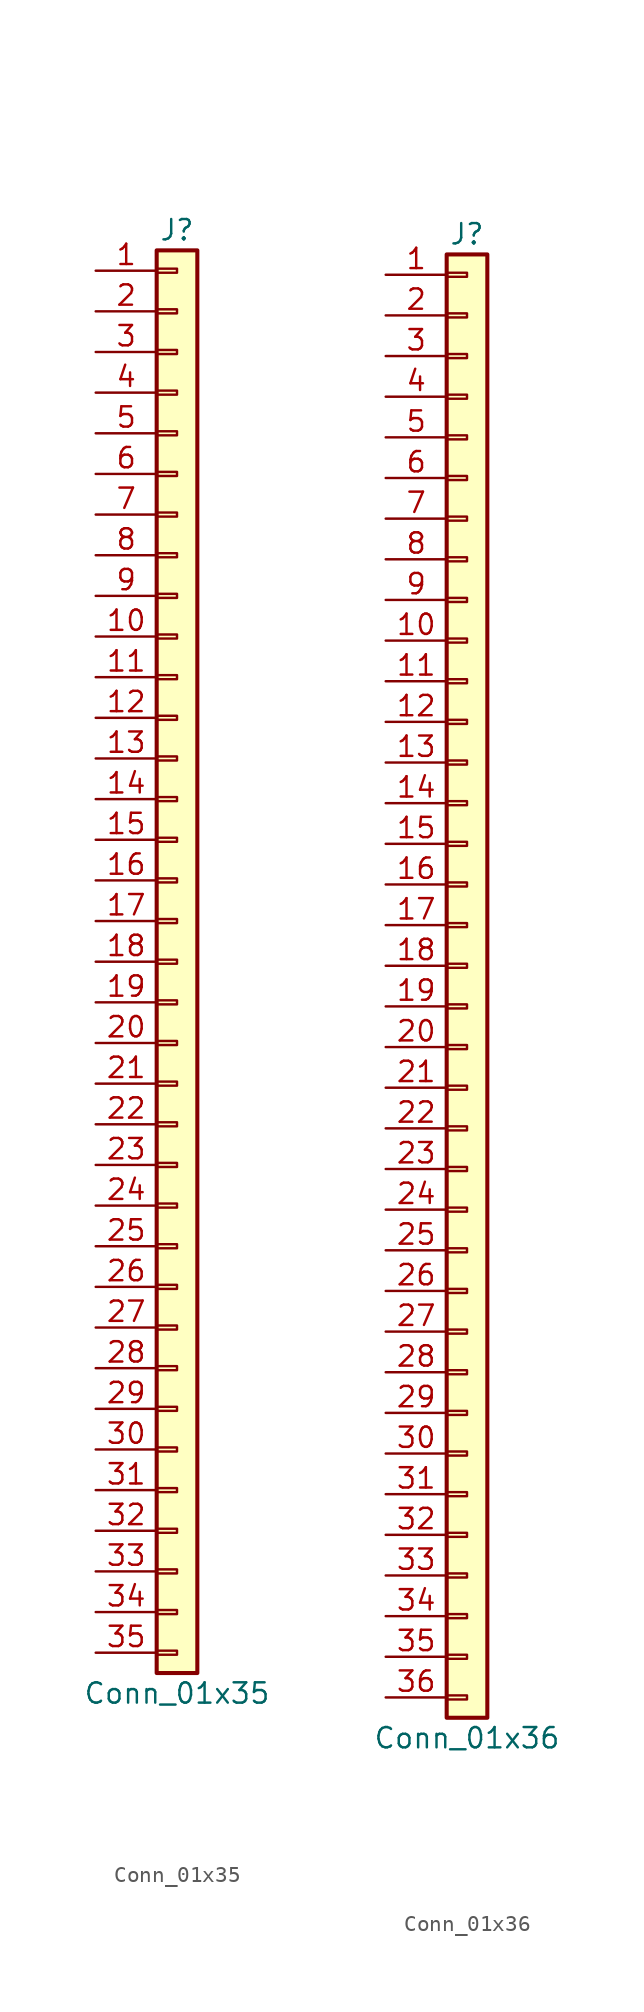
<source format=kicad_sym>
(kicad_symbol_lib
  (version 20201005)
  (generator kicad_symbol_editor)
  (symbol "Conn_01x35"
    (pin_names
      (offset 1.016) hide)
    (property "Reference" "J"
      (at 0 45.72 0)
      (effects (font (size 1.27 1.27))))
    (property "Value" "Conn_01x35"
      (at 0 -45.72 0)
      (effects (font (size 1.27 1.27))))
    (symbol "Conn_01x35_1_1"
      (rectangle (start -1.27 -43.053) (end 0 -43.307) (stroke (width 0.152)) (fill (type none)))
      (rectangle (start -1.27 -40.513) (end 0 -40.767) (stroke (width 0.152)) (fill (type none)))
      (rectangle (start -1.27 -37.973) (end 0 -38.227) (stroke (width 0.152)) (fill (type none)))
      (rectangle (start -1.27 -35.433) (end 0 -35.687) (stroke (width 0.152)) (fill (type none)))
      (rectangle (start -1.27 -32.893) (end 0 -33.147) (stroke (width 0.152)) (fill (type none)))
      (rectangle (start -1.27 -30.353) (end 0 -30.607) (stroke (width 0.152)) (fill (type none)))
      (rectangle (start -1.27 -27.813) (end 0 -28.067) (stroke (width 0.152)) (fill (type none)))
      (rectangle (start -1.27 -25.273) (end 0 -25.527) (stroke (width 0.152)) (fill (type none)))
      (rectangle (start -1.27 -22.733) (end 0 -22.987) (stroke (width 0.152)) (fill (type none)))
      (rectangle (start -1.27 -20.193) (end 0 -20.447) (stroke (width 0.152)) (fill (type none)))
      (rectangle (start -1.27 -17.653) (end 0 -17.907) (stroke (width 0.152)) (fill (type none)))
      (rectangle (start -1.27 -15.113) (end 0 -15.367) (stroke (width 0.152)) (fill (type none)))
      (rectangle (start -1.27 -12.573) (end 0 -12.827) (stroke (width 0.152)) (fill (type none)))
      (rectangle (start -1.27 -10.033) (end 0 -10.287) (stroke (width 0.152)) (fill (type none)))
      (rectangle (start -1.27 -7.493) (end 0 -7.747) (stroke (width 0.152)) (fill (type none)))
      (rectangle (start -1.27 -4.953) (end 0 -5.207) (stroke (width 0.152)) (fill (type none)))
      (rectangle (start -1.27 -2.413) (end 0 -2.667) (stroke (width 0.152)) (fill (type none)))
      (rectangle (start -1.27 0.127) (end 0 -0.127) (stroke (width 0.152)) (fill (type none)))
      (rectangle (start -1.27 2.667) (end 0 2.413) (stroke (width 0.152)) (fill (type none)))
      (rectangle (start -1.27 5.207) (end 0 4.953) (stroke (width 0.152)) (fill (type none)))
      (rectangle (start -1.27 7.747) (end 0 7.493) (stroke (width 0.152)) (fill (type none)))
      (rectangle (start -1.27 10.287) (end 0 10.033) (stroke (width 0.152)) (fill (type none)))
      (rectangle (start -1.27 12.827) (end 0 12.573) (stroke (width 0.152)) (fill (type none)))
      (rectangle (start -1.27 15.367) (end 0 15.113) (stroke (width 0.152)) (fill (type none)))
      (rectangle (start -1.27 17.907) (end 0 17.653) (stroke (width 0.152)) (fill (type none)))
      (rectangle (start -1.27 20.447) (end 0 20.193) (stroke (width 0.152)) (fill (type none)))
      (rectangle (start -1.27 22.987) (end 0 22.733) (stroke (width 0.152)) (fill (type none)))
      (rectangle (start -1.27 25.527) (end 0 25.273) (stroke (width 0.152)) (fill (type none)))
      (rectangle (start -1.27 28.067) (end 0 27.813) (stroke (width 0.152)) (fill (type none)))
      (rectangle (start -1.27 30.607) (end 0 30.353) (stroke (width 0.152)) (fill (type none)))
      (rectangle (start -1.27 33.147) (end 0 32.893) (stroke (width 0.152)) (fill (type none)))
      (rectangle (start -1.27 35.687) (end 0 35.433) (stroke (width 0.152)) (fill (type none)))
      (rectangle (start -1.27 38.227) (end 0 37.973) (stroke (width 0.152)) (fill (type none)))
      (rectangle (start -1.27 40.767) (end 0 40.513) (stroke (width 0.152)) (fill (type none)))
      (rectangle (start -1.27 43.307) (end 0 43.053) (stroke (width 0.152)) (fill (type none)))
      (rectangle (start -1.27 44.45) (end 1.27 -44.45) (stroke (width 0.254)) (fill (type background)))
      (pin passive line (at -5.08 43.18 0) (length 3.81) (name "Pin_1" (effects (font (size 1.27 1.27)))) (number "1" (effects (font (size 1.27 1.27)))))
      (pin passive line (at -5.08 20.32 0) (length 3.81) (name "Pin_10" (effects (font (size 1.27 1.27)))) (number "10" (effects (font (size 1.27 1.27)))))
      (pin passive line (at -5.08 17.78 0) (length 3.81) (name "Pin_11" (effects (font (size 1.27 1.27)))) (number "11" (effects (font (size 1.27 1.27)))))
      (pin passive line (at -5.08 15.24 0) (length 3.81) (name "Pin_12" (effects (font (size 1.27 1.27)))) (number "12" (effects (font (size 1.27 1.27)))))
      (pin passive line (at -5.08 12.7 0) (length 3.81) (name "Pin_13" (effects (font (size 1.27 1.27)))) (number "13" (effects (font (size 1.27 1.27)))))
      (pin passive line (at -5.08 10.16 0) (length 3.81) (name "Pin_14" (effects (font (size 1.27 1.27)))) (number "14" (effects (font (size 1.27 1.27)))))
      (pin passive line (at -5.08 7.62 0) (length 3.81) (name "Pin_15" (effects (font (size 1.27 1.27)))) (number "15" (effects (font (size 1.27 1.27)))))
      (pin passive line (at -5.08 5.08 0) (length 3.81) (name "Pin_16" (effects (font (size 1.27 1.27)))) (number "16" (effects (font (size 1.27 1.27)))))
      (pin passive line (at -5.08 2.54 0) (length 3.81) (name "Pin_17" (effects (font (size 1.27 1.27)))) (number "17" (effects (font (size 1.27 1.27)))))
      (pin passive line (at -5.08 0 0) (length 3.81) (name "Pin_18" (effects (font (size 1.27 1.27)))) (number "18" (effects (font (size 1.27 1.27)))))
      (pin passive line (at -5.08 -2.54 0) (length 3.81) (name "Pin_19" (effects (font (size 1.27 1.27)))) (number "19" (effects (font (size 1.27 1.27)))))
      (pin passive line (at -5.08 40.64 0) (length 3.81) (name "Pin_2" (effects (font (size 1.27 1.27)))) (number "2" (effects (font (size 1.27 1.27)))))
      (pin passive line (at -5.08 -5.08 0) (length 3.81) (name "Pin_20" (effects (font (size 1.27 1.27)))) (number "20" (effects (font (size 1.27 1.27)))))
      (pin passive line (at -5.08 -7.62 0) (length 3.81) (name "Pin_21" (effects (font (size 1.27 1.27)))) (number "21" (effects (font (size 1.27 1.27)))))
      (pin passive line (at -5.08 -10.16 0) (length 3.81) (name "Pin_22" (effects (font (size 1.27 1.27)))) (number "22" (effects (font (size 1.27 1.27)))))
      (pin passive line (at -5.08 -12.7 0) (length 3.81) (name "Pin_23" (effects (font (size 1.27 1.27)))) (number "23" (effects (font (size 1.27 1.27)))))
      (pin passive line (at -5.08 -15.24 0) (length 3.81) (name "Pin_24" (effects (font (size 1.27 1.27)))) (number "24" (effects (font (size 1.27 1.27)))))
      (pin passive line (at -5.08 -17.78 0) (length 3.81) (name "Pin_25" (effects (font (size 1.27 1.27)))) (number "25" (effects (font (size 1.27 1.27)))))
      (pin passive line (at -5.08 -20.32 0) (length 3.81) (name "Pin_26" (effects (font (size 1.27 1.27)))) (number "26" (effects (font (size 1.27 1.27)))))
      (pin passive line (at -5.08 -22.86 0) (length 3.81) (name "Pin_27" (effects (font (size 1.27 1.27)))) (number "27" (effects (font (size 1.27 1.27)))))
      (pin passive line (at -5.08 -25.4 0) (length 3.81) (name "Pin_28" (effects (font (size 1.27 1.27)))) (number "28" (effects (font (size 1.27 1.27)))))
      (pin passive line (at -5.08 -27.94 0) (length 3.81) (name "Pin_29" (effects (font (size 1.27 1.27)))) (number "29" (effects (font (size 1.27 1.27)))))
      (pin passive line (at -5.08 38.1 0) (length 3.81) (name "Pin_3" (effects (font (size 1.27 1.27)))) (number "3" (effects (font (size 1.27 1.27)))))
      (pin passive line (at -5.08 -30.48 0) (length 3.81) (name "Pin_30" (effects (font (size 1.27 1.27)))) (number "30" (effects (font (size 1.27 1.27)))))
      (pin passive line (at -5.08 -33.02 0) (length 3.81) (name "Pin_31" (effects (font (size 1.27 1.27)))) (number "31" (effects (font (size 1.27 1.27)))))
      (pin passive line (at -5.08 -35.56 0) (length 3.81) (name "Pin_32" (effects (font (size 1.27 1.27)))) (number "32" (effects (font (size 1.27 1.27)))))
      (pin passive line (at -5.08 -38.1 0) (length 3.81) (name "Pin_33" (effects (font (size 1.27 1.27)))) (number "33" (effects (font (size 1.27 1.27)))))
      (pin passive line (at -5.08 -40.64 0) (length 3.81) (name "Pin_34" (effects (font (size 1.27 1.27)))) (number "34" (effects (font (size 1.27 1.27)))))
      (pin passive line (at -5.08 -43.18 0) (length 3.81) (name "Pin_35" (effects (font (size 1.27 1.27)))) (number "35" (effects (font (size 1.27 1.27)))))
      (pin passive line (at -5.08 35.56 0) (length 3.81) (name "Pin_4" (effects (font (size 1.27 1.27)))) (number "4" (effects (font (size 1.27 1.27)))))
      (pin passive line (at -5.08 33.02 0) (length 3.81) (name "Pin_5" (effects (font (size 1.27 1.27)))) (number "5" (effects (font (size 1.27 1.27)))))
      (pin passive line (at -5.08 30.48 0) (length 3.81) (name "Pin_6" (effects (font (size 1.27 1.27)))) (number "6" (effects (font (size 1.27 1.27)))))
      (pin passive line (at -5.08 27.94 0) (length 3.81) (name "Pin_7" (effects (font (size 1.27 1.27)))) (number "7" (effects (font (size 1.27 1.27)))))
      (pin passive line (at -5.08 25.4 0) (length 3.81) (name "Pin_8" (effects (font (size 1.27 1.27)))) (number "8" (effects (font (size 1.27 1.27)))))
      (pin passive line (at -5.08 22.86 0) (length 3.81) (name "Pin_9" (effects (font (size 1.27 1.27)))) (number "9" (effects (font (size 1.27 1.27)))))))
  (symbol "Conn_01x36"
    (pin_names
      (offset 1.016) hide)
    (property "Reference" "J"
      (at 0 45.72 0)
      (effects (font (size 1.27 1.27))))
    (property "Value" "Conn_01x36"
      (at 0 -48.26 0)
      (effects (font (size 1.27 1.27))))
    (symbol "Conn_01x36_1_1"
      (rectangle (start -1.27 -45.593) (end 0 -45.847) (stroke (width 0.152)) (fill (type none)))
      (rectangle (start -1.27 -43.053) (end 0 -43.307) (stroke (width 0.152)) (fill (type none)))
      (rectangle (start -1.27 -40.513) (end 0 -40.767) (stroke (width 0.152)) (fill (type none)))
      (rectangle (start -1.27 -37.973) (end 0 -38.227) (stroke (width 0.152)) (fill (type none)))
      (rectangle (start -1.27 -35.433) (end 0 -35.687) (stroke (width 0.152)) (fill (type none)))
      (rectangle (start -1.27 -32.893) (end 0 -33.147) (stroke (width 0.152)) (fill (type none)))
      (rectangle (start -1.27 -30.353) (end 0 -30.607) (stroke (width 0.152)) (fill (type none)))
      (rectangle (start -1.27 -27.813) (end 0 -28.067) (stroke (width 0.152)) (fill (type none)))
      (rectangle (start -1.27 -25.273) (end 0 -25.527) (stroke (width 0.152)) (fill (type none)))
      (rectangle (start -1.27 -22.733) (end 0 -22.987) (stroke (width 0.152)) (fill (type none)))
      (rectangle (start -1.27 -20.193) (end 0 -20.447) (stroke (width 0.152)) (fill (type none)))
      (rectangle (start -1.27 -17.653) (end 0 -17.907) (stroke (width 0.152)) (fill (type none)))
      (rectangle (start -1.27 -15.113) (end 0 -15.367) (stroke (width 0.152)) (fill (type none)))
      (rectangle (start -1.27 -12.573) (end 0 -12.827) (stroke (width 0.152)) (fill (type none)))
      (rectangle (start -1.27 -10.033) (end 0 -10.287) (stroke (width 0.152)) (fill (type none)))
      (rectangle (start -1.27 -7.493) (end 0 -7.747) (stroke (width 0.152)) (fill (type none)))
      (rectangle (start -1.27 -4.953) (end 0 -5.207) (stroke (width 0.152)) (fill (type none)))
      (rectangle (start -1.27 -2.413) (end 0 -2.667) (stroke (width 0.152)) (fill (type none)))
      (rectangle (start -1.27 0.127) (end 0 -0.127) (stroke (width 0.152)) (fill (type none)))
      (rectangle (start -1.27 2.667) (end 0 2.413) (stroke (width 0.152)) (fill (type none)))
      (rectangle (start -1.27 5.207) (end 0 4.953) (stroke (width 0.152)) (fill (type none)))
      (rectangle (start -1.27 7.747) (end 0 7.493) (stroke (width 0.152)) (fill (type none)))
      (rectangle (start -1.27 10.287) (end 0 10.033) (stroke (width 0.152)) (fill (type none)))
      (rectangle (start -1.27 12.827) (end 0 12.573) (stroke (width 0.152)) (fill (type none)))
      (rectangle (start -1.27 15.367) (end 0 15.113) (stroke (width 0.152)) (fill (type none)))
      (rectangle (start -1.27 17.907) (end 0 17.653) (stroke (width 0.152)) (fill (type none)))
      (rectangle (start -1.27 20.447) (end 0 20.193) (stroke (width 0.152)) (fill (type none)))
      (rectangle (start -1.27 22.987) (end 0 22.733) (stroke (width 0.152)) (fill (type none)))
      (rectangle (start -1.27 25.527) (end 0 25.273) (stroke (width 0.152)) (fill (type none)))
      (rectangle (start -1.27 28.067) (end 0 27.813) (stroke (width 0.152)) (fill (type none)))
      (rectangle (start -1.27 30.607) (end 0 30.353) (stroke (width 0.152)) (fill (type none)))
      (rectangle (start -1.27 33.147) (end 0 32.893) (stroke (width 0.152)) (fill (type none)))
      (rectangle (start -1.27 35.687) (end 0 35.433) (stroke (width 0.152)) (fill (type none)))
      (rectangle (start -1.27 38.227) (end 0 37.973) (stroke (width 0.152)) (fill (type none)))
      (rectangle (start -1.27 40.767) (end 0 40.513) (stroke (width 0.152)) (fill (type none)))
      (rectangle (start -1.27 43.307) (end 0 43.053) (stroke (width 0.152)) (fill (type none)))
      (rectangle (start -1.27 44.45) (end 1.27 -46.99) (stroke (width 0.254)) (fill (type background)))
      (pin passive line (at -5.08 43.18 0) (length 3.81) (name "Pin_1" (effects (font (size 1.27 1.27)))) (number "1" (effects (font (size 1.27 1.27)))))
      (pin passive line (at -5.08 20.32 0) (length 3.81) (name "Pin_10" (effects (font (size 1.27 1.27)))) (number "10" (effects (font (size 1.27 1.27)))))
      (pin passive line (at -5.08 17.78 0) (length 3.81) (name "Pin_11" (effects (font (size 1.27 1.27)))) (number "11" (effects (font (size 1.27 1.27)))))
      (pin passive line (at -5.08 15.24 0) (length 3.81) (name "Pin_12" (effects (font (size 1.27 1.27)))) (number "12" (effects (font (size 1.27 1.27)))))
      (pin passive line (at -5.08 12.7 0) (length 3.81) (name "Pin_13" (effects (font (size 1.27 1.27)))) (number "13" (effects (font (size 1.27 1.27)))))
      (pin passive line (at -5.08 10.16 0) (length 3.81) (name "Pin_14" (effects (font (size 1.27 1.27)))) (number "14" (effects (font (size 1.27 1.27)))))
      (pin passive line (at -5.08 7.62 0) (length 3.81) (name "Pin_15" (effects (font (size 1.27 1.27)))) (number "15" (effects (font (size 1.27 1.27)))))
      (pin passive line (at -5.08 5.08 0) (length 3.81) (name "Pin_16" (effects (font (size 1.27 1.27)))) (number "16" (effects (font (size 1.27 1.27)))))
      (pin passive line (at -5.08 2.54 0) (length 3.81) (name "Pin_17" (effects (font (size 1.27 1.27)))) (number "17" (effects (font (size 1.27 1.27)))))
      (pin passive line (at -5.08 0 0) (length 3.81) (name "Pin_18" (effects (font (size 1.27 1.27)))) (number "18" (effects (font (size 1.27 1.27)))))
      (pin passive line (at -5.08 -2.54 0) (length 3.81) (name "Pin_19" (effects (font (size 1.27 1.27)))) (number "19" (effects (font (size 1.27 1.27)))))
      (pin passive line (at -5.08 40.64 0) (length 3.81) (name "Pin_2" (effects (font (size 1.27 1.27)))) (number "2" (effects (font (size 1.27 1.27)))))
      (pin passive line (at -5.08 -5.08 0) (length 3.81) (name "Pin_20" (effects (font (size 1.27 1.27)))) (number "20" (effects (font (size 1.27 1.27)))))
      (pin passive line (at -5.08 -7.62 0) (length 3.81) (name "Pin_21" (effects (font (size 1.27 1.27)))) (number "21" (effects (font (size 1.27 1.27)))))
      (pin passive line (at -5.08 -10.16 0) (length 3.81) (name "Pin_22" (effects (font (size 1.27 1.27)))) (number "22" (effects (font (size 1.27 1.27)))))
      (pin passive line (at -5.08 -12.7 0) (length 3.81) (name "Pin_23" (effects (font (size 1.27 1.27)))) (number "23" (effects (font (size 1.27 1.27)))))
      (pin passive line (at -5.08 -15.24 0) (length 3.81) (name "Pin_24" (effects (font (size 1.27 1.27)))) (number "24" (effects (font (size 1.27 1.27)))))
      (pin passive line (at -5.08 -17.78 0) (length 3.81) (name "Pin_25" (effects (font (size 1.27 1.27)))) (number "25" (effects (font (size 1.27 1.27)))))
      (pin passive line (at -5.08 -20.32 0) (length 3.81) (name "Pin_26" (effects (font (size 1.27 1.27)))) (number "26" (effects (font (size 1.27 1.27)))))
      (pin passive line (at -5.08 -22.86 0) (length 3.81) (name "Pin_27" (effects (font (size 1.27 1.27)))) (number "27" (effects (font (size 1.27 1.27)))))
      (pin passive line (at -5.08 -25.4 0) (length 3.81) (name "Pin_28" (effects (font (size 1.27 1.27)))) (number "28" (effects (font (size 1.27 1.27)))))
      (pin passive line (at -5.08 -27.94 0) (length 3.81) (name "Pin_29" (effects (font (size 1.27 1.27)))) (number "29" (effects (font (size 1.27 1.27)))))
      (pin passive line (at -5.08 38.1 0) (length 3.81) (name "Pin_3" (effects (font (size 1.27 1.27)))) (number "3" (effects (font (size 1.27 1.27)))))
      (pin passive line (at -5.08 -30.48 0) (length 3.81) (name "Pin_30" (effects (font (size 1.27 1.27)))) (number "30" (effects (font (size 1.27 1.27)))))
      (pin passive line (at -5.08 -33.02 0) (length 3.81) (name "Pin_31" (effects (font (size 1.27 1.27)))) (number "31" (effects (font (size 1.27 1.27)))))
      (pin passive line (at -5.08 -35.56 0) (length 3.81) (name "Pin_32" (effects (font (size 1.27 1.27)))) (number "32" (effects (font (size 1.27 1.27)))))
      (pin passive line (at -5.08 -38.1 0) (length 3.81) (name "Pin_33" (effects (font (size 1.27 1.27)))) (number "33" (effects (font (size 1.27 1.27)))))
      (pin passive line (at -5.08 -40.64 0) (length 3.81) (name "Pin_34" (effects (font (size 1.27 1.27)))) (number "34" (effects (font (size 1.27 1.27)))))
      (pin passive line (at -5.08 -43.18 0) (length 3.81) (name "Pin_35" (effects (font (size 1.27 1.27)))) (number "35" (effects (font (size 1.27 1.27)))))
      (pin passive line (at -5.08 -45.72 0) (length 3.81) (name "Pin_36" (effects (font (size 1.27 1.27)))) (number "36" (effects (font (size 1.27 1.27)))))
      (pin passive line (at -5.08 35.56 0) (length 3.81) (name "Pin_4" (effects (font (size 1.27 1.27)))) (number "4" (effects (font (size 1.27 1.27)))))
      (pin passive line (at -5.08 33.02 0) (length 3.81) (name "Pin_5" (effects (font (size 1.27 1.27)))) (number "5" (effects (font (size 1.27 1.27)))))
      (pin passive line (at -5.08 30.48 0) (length 3.81) (name "Pin_6" (effects (font (size 1.27 1.27)))) (number "6" (effects (font (size 1.27 1.27)))))
      (pin passive line (at -5.08 27.94 0) (length 3.81) (name "Pin_7" (effects (font (size 1.27 1.27)))) (number "7" (effects (font (size 1.27 1.27)))))
      (pin passive line (at -5.08 25.4 0) (length 3.81) (name "Pin_8" (effects (font (size 1.27 1.27)))) (number "8" (effects (font (size 1.27 1.27)))))
      (pin passive line (at -5.08 22.86 0) (length 3.81) (name "Pin_9" (effects (font (size 1.27 1.27)))) (number "9" (effects (font (size 1.27 1.27))))))))
</source>
